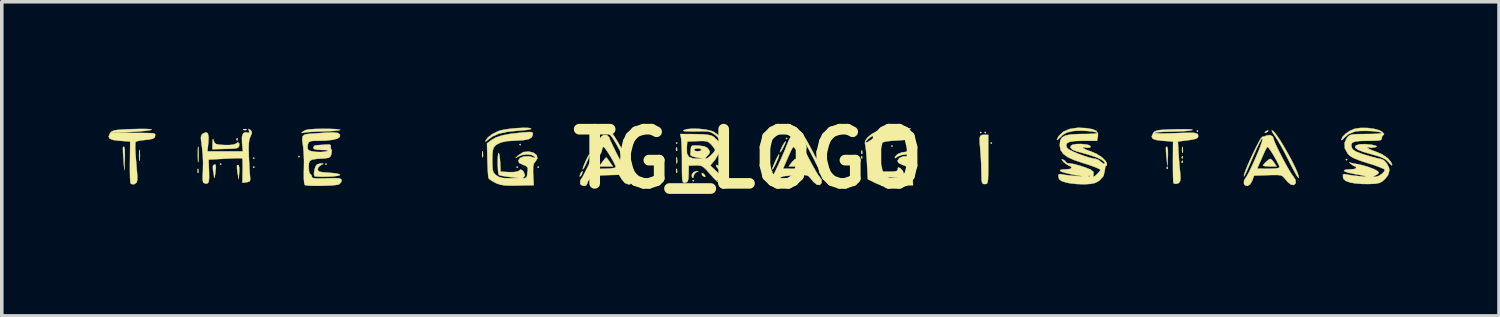
<source format=kicad_pcb>
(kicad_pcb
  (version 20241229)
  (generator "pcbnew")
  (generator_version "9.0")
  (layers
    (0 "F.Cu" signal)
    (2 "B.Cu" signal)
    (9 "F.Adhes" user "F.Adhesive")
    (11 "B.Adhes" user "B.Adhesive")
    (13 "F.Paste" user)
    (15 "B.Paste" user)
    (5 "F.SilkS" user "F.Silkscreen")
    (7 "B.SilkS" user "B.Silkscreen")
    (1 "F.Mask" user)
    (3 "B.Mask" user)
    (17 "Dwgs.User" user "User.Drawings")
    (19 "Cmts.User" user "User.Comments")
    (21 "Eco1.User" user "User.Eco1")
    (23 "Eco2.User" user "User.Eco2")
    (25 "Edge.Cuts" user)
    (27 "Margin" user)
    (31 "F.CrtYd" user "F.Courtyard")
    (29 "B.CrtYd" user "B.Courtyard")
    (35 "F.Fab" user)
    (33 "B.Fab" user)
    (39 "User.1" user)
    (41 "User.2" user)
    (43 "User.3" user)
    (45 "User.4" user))
  (footprint "TG_LOGO"
    (layer "F.Cu")
    (at 17.994 1.418)
    (property "Reference" "TG_LOGO" (at 0 0 0) (layer "F.SilkS") (effects (font (size 1.524 1.524) (thickness 0.3))))
    (attr through_hole)
    (fp_poly (pts (xy -14.817 0.148) (xy -14.838 0.169) (xy -14.859 0.148) (xy -14.838 0.127) (xy -14.817 0.148)) (stroke (width 0.01) (type solid)) (fill yes) (layer "F.SilkS"))
    (fp_poly (pts (xy -13.885 -0.021) (xy -13.906 0) (xy -13.928 -0.021) (xy -13.906 -0.042) (xy -13.885 -0.021)) (stroke (width 0.01) (type solid)) (fill yes) (layer "F.SilkS"))
    (fp_poly (pts (xy -13.885 0.233) (xy -13.906 0.254) (xy -13.928 0.233) (xy -13.906 0.212) (xy -13.885 0.233)) (stroke (width 0.01) (type solid)) (fill yes) (layer "F.SilkS"))
    (fp_poly (pts (xy -12.615 -0.064) (xy -12.636 -0.042) (xy -12.658 -0.064) (xy -12.636 -0.085) (xy -12.615 -0.064)) (stroke (width 0.01) (type solid)) (fill yes) (layer "F.SilkS"))
    (fp_poly (pts (xy -11.853 0.148) (xy -11.874 0.169) (xy -11.896 0.148) (xy -11.874 0.127) (xy -11.853 0.148)) (stroke (width 0.01) (type solid)) (fill yes) (layer "F.SilkS"))
    (fp_poly (pts (xy -6.477 0.233) (xy -6.498 0.254) (xy -6.519 0.233) (xy -6.498 0.212) (xy -6.477 0.233)) (stroke (width 0.01) (type solid)) (fill yes) (layer "F.SilkS"))
    (fp_poly (pts (xy -6.392 -0.402) (xy -6.413 -0.381) (xy -6.435 -0.402) (xy -6.413 -0.423) (xy -6.392 -0.402)) (stroke (width 0.01) (type solid)) (fill yes) (layer "F.SilkS"))
    (fp_poly (pts (xy -5.884 0.233) (xy -5.905 0.254) (xy -5.927 0.233) (xy -5.905 0.212) (xy -5.884 0.233)) (stroke (width 0.01) (type solid)) (fill yes) (layer "F.SilkS"))
    (fp_poly (pts (xy -4.233 -0.572) (xy -4.255 -0.55) (xy -4.276 -0.572) (xy -4.255 -0.593) (xy -4.233 -0.572)) (stroke (width 0.01) (type solid)) (fill yes) (layer "F.SilkS"))
    (fp_poly (pts (xy -1.99 -0.445) (xy -2.011 -0.423) (xy -2.032 -0.445) (xy -2.011 -0.466) (xy -1.99 -0.445)) (stroke (width 0.01) (type solid)) (fill yes) (layer "F.SilkS"))
    (fp_poly (pts (xy -1.524 0.614) (xy -1.545 0.635) (xy -1.566 0.614) (xy -1.545 0.593) (xy -1.524 0.614)) (stroke (width 0.01) (type solid)) (fill yes) (layer "F.SilkS"))
    (fp_poly (pts (xy 1.101 -0.572) (xy 1.079 -0.55) (xy 1.058 -0.572) (xy 1.079 -0.593) (xy 1.101 -0.572)) (stroke (width 0.01) (type solid)) (fill yes) (layer "F.SilkS"))
    (fp_poly (pts (xy 4.064 -0.36) (xy 4.043 -0.339) (xy 4.022 -0.36) (xy 4.043 -0.381) (xy 4.064 -0.36)) (stroke (width 0.01) (type solid)) (fill yes) (layer "F.SilkS"))
    (fp_poly (pts (xy 6.562 -0.741) (xy 6.54 -0.72) (xy 6.519 -0.741) (xy 6.54 -0.762) (xy 6.562 -0.741)) (stroke (width 0.01) (type solid)) (fill yes) (layer "F.SilkS"))
    (fp_poly (pts (xy 6.689 -0.741) (xy 6.668 -0.72) (xy 6.646 -0.741) (xy 6.668 -0.762) (xy 6.689 -0.741)) (stroke (width 0.01) (type solid)) (fill yes) (layer "F.SilkS"))
    (fp_poly (pts (xy 6.858 -0.445) (xy 6.837 -0.423) (xy 6.816 -0.445) (xy 6.837 -0.466) (xy 6.858 -0.445)) (stroke (width 0.01) (type solid)) (fill yes) (layer "F.SilkS"))
    (fp_poly (pts (xy 12.658 -0.783) (xy 12.636 -0.762) (xy 12.615 -0.783) (xy 12.636 -0.804) (xy 12.658 -0.783)) (stroke (width 0.01) (type solid)) (fill yes) (layer "F.SilkS"))
    (fp_poly (pts (xy 16.849 0.021) (xy 16.828 0.042) (xy 16.806 0.021) (xy 16.828 0) (xy 16.849 0.021)) (stroke (width 0.01) (type solid)) (fill yes) (layer "F.SilkS"))
    (fp_poly (pts (xy -15.466 0.286) (xy -15.46 0.372) (xy -15.466 0.392) (xy -15.481 0.397) (xy -15.487 0.339) (xy -15.481 0.279) (xy -15.466 0.286)) (stroke (width 0.01) (type solid)) (fill yes) (layer "F.SilkS"))
    (fp_poly (pts (xy -14.365 -0.579) (xy -14.36 -0.528) (xy -14.365 -0.522) (xy -14.39 -0.528) (xy -14.393 -0.55) (xy -14.378 -0.585) (xy -14.365 -0.579)) (stroke (width 0.01) (type solid)) (fill yes) (layer "F.SilkS"))
    (fp_poly (pts (xy -14.108 -0.83) (xy -14.121 -0.811) (xy -14.164 -0.808) (xy -14.209 -0.818) (xy -14.19 -0.833) (xy -14.123 -0.838) (xy -14.108 -0.83)) (stroke (width 0.01) (type solid)) (fill yes) (layer "F.SilkS"))
    (fp_poly (pts (xy -2.004 0.286) (xy -1.998 0.372) (xy -2.004 0.392) (xy -2.019 0.397) (xy -2.025 0.339) (xy -2.019 0.279) (xy -2.004 0.286)) (stroke (width 0.01) (type solid)) (fill yes) (layer "F.SilkS"))
    (fp_poly (pts (xy -2.003 -0.304) (xy -1.998 -0.238) (xy -2.006 -0.223) (xy -2.026 -0.236) (xy -2.029 -0.279) (xy -2.018 -0.324) (xy -2.003 -0.304)) (stroke (width 0.01) (type solid)) (fill yes) (layer "F.SilkS"))
    (fp_poly (pts (xy 3.203 -0.071) (xy 3.208 -0.02) (xy 3.203 -0.014) (xy 3.178 -0.02) (xy 3.175 -0.042) (xy 3.19 -0.077) (xy 3.203 -0.071)) (stroke (width 0.01) (type solid)) (fill yes) (layer "F.SilkS"))
    (fp_poly (pts (xy 3.204 -0.22) (xy 3.209 -0.153) (xy 3.201 -0.138) (xy 3.181 -0.151) (xy 3.178 -0.194) (xy 3.189 -0.239) (xy 3.204 -0.22)) (stroke (width 0.01) (type solid)) (fill yes) (layer "F.SilkS"))
    (fp_poly (pts (xy 11.797 0.226) (xy 11.802 0.276) (xy 11.797 0.282) (xy 11.772 0.276) (xy 11.769 0.254) (xy 11.784 0.219) (xy 11.797 0.226)) (stroke (width 0.01) (type solid)) (fill yes) (layer "F.SilkS"))
    (fp_poly (pts (xy 12.22 -0.071) (xy 12.225 -0.02) (xy 12.22 -0.014) (xy 12.195 -0.02) (xy 12.192 -0.042) (xy 12.207 -0.077) (xy 12.22 -0.071)) (stroke (width 0.01) (type solid)) (fill yes) (layer "F.SilkS"))
    (fp_poly (pts (xy 12.22 0.056) (xy 12.225 0.107) (xy 12.22 0.113) (xy 12.195 0.107) (xy 12.192 0.085) (xy 12.207 0.05) (xy 12.22 0.056)) (stroke (width 0.01) (type solid)) (fill yes) (layer "F.SilkS"))
    (fp_poly (pts (xy -1.229 0.443) (xy -1.201 0.497) (xy -1.22 0.508) (xy -1.282 0.477) (xy -1.293 0.463) (xy -1.309 0.408) (xy -1.276 0.403) (xy -1.229 0.443)) (stroke (width 0.01) (type solid)) (fill yes) (layer "F.SilkS"))
    (fp_poly (pts (xy 1.292 -0.796) (xy 1.28 -0.765) (xy 1.24 -0.744) (xy 1.191 -0.731) (xy 1.211 -0.762) (xy 1.216 -0.767) (xy 1.272 -0.801) (xy 1.292 -0.796)) (stroke (width 0.01) (type solid)) (fill yes) (layer "F.SilkS"))
    (fp_poly (pts (xy 14.627 -0.796) (xy 14.615 -0.765) (xy 14.575 -0.744) (xy 14.526 -0.731) (xy 14.546 -0.762) (xy 14.551 -0.767) (xy 14.607 -0.801) (xy 14.627 -0.796)) (stroke (width 0.01) (type solid)) (fill yes) (layer "F.SilkS"))
    (fp_poly (pts (xy -7.464 -0.201) (xy -7.457 -0.094) (xy -7.464 -0.053) (xy -7.476 -0.04) (xy -7.483 -0.098) (xy -7.483 -0.127) (xy -7.479 -0.204) (xy -7.468 -0.213) (xy -7.464 -0.201)) (stroke (width 0.01) (type solid)) (fill yes) (layer "F.SilkS"))
    (fp_poly (pts (xy -4.658 0.36) (xy -4.679 0.429) (xy -4.699 0.466) (xy -4.733 0.5) (xy -4.74 0.487) (xy -4.719 0.417) (xy -4.699 0.381) (xy -4.665 0.347) (xy -4.658 0.36)) (stroke (width 0.01) (type solid)) (fill yes) (layer "F.SilkS"))
    (fp_poly (pts (xy -2.003 -0.032) (xy -1.996 0.076) (xy -2.003 0.116) (xy -2.015 0.13) (xy -2.022 0.071) (xy -2.022 0.042) (xy -2.018 -0.035) (xy -2.007 -0.044) (xy -2.003 -0.032)) (stroke (width 0.01) (type solid)) (fill yes) (layer "F.SilkS"))
    (fp_poly (pts (xy 0.676 0.36) (xy 0.655 0.429) (xy 0.635 0.466) (xy 0.601 0.5) (xy 0.594 0.487) (xy 0.615 0.417) (xy 0.635 0.381) (xy 0.669 0.347) (xy 0.676 0.36)) (stroke (width 0.01) (type solid)) (fill yes) (layer "F.SilkS"))
    (fp_poly (pts (xy 12.221 -0.328) (xy 12.228 -0.221) (xy 12.221 -0.18) (xy 12.209 -0.167) (xy 12.202 -0.225) (xy 12.202 -0.254) (xy 12.206 -0.331) (xy 12.217 -0.34) (xy 12.221 -0.328)) (stroke (width 0.01) (type solid)) (fill yes) (layer "F.SilkS"))
    (fp_poly (pts (xy -17.114 -0.223) (xy -17.114 -0.221) (xy -17.107 -0.083) (xy -17.115 0.033) (xy -17.124 0.056) (xy -17.13 0.006) (xy -17.132 -0.106) (xy -17.129 -0.214) (xy -17.123 -0.256) (xy -17.114 -0.223)) (stroke (width 0.01) (type solid)) (fill yes) (layer "F.SilkS"))
    (fp_poly (pts (xy -14.315 0.241) (xy -14.316 0.38) (xy -14.317 0.387) (xy -14.33 0.572) (xy -14.363 0.386) (xy -14.378 0.269) (xy -14.379 0.191) (xy -14.374 0.178) (xy -14.335 0.171) (xy -14.315 0.241)) (stroke (width 0.01) (type solid)) (fill yes) (layer "F.SilkS"))
    (fp_poly (pts (xy -3.967 -0.012) (xy -3.909 0.064) (xy -3.895 0.085) (xy -3.804 0.212) (xy -4.194 0.212) (xy -4.1 0.085) (xy -4.036 0.003) (xy -3.999 -0.04) (xy -3.995 -0.042) (xy -3.967 -0.012)) (stroke (width 0.01) (type solid)) (fill yes) (layer "F.SilkS"))
    (fp_poly (pts (xy 11.803 -0.262) (xy 11.805 -0.112) (xy 11.803 -0.058) (xy 11.79 0.191) (xy 11.763 -0.064) (xy 11.752 -0.201) (xy 11.749 -0.3) (xy 11.753 -0.335) (xy 11.785 -0.338) (xy 11.803 -0.262)) (stroke (width 0.01) (type solid)) (fill yes) (layer "F.SilkS"))
    (fp_poly (pts (xy -17.535 -0.26) (xy -17.532 -0.1) (xy -17.535 0.005) (xy -17.547 0.318) (xy -17.572 0) (xy -17.582 -0.155) (xy -17.586 -0.273) (xy -17.584 -0.332) (xy -17.583 -0.335) (xy -17.552 -0.339) (xy -17.535 -0.26)) (stroke (width 0.01) (type solid)) (fill yes) (layer "F.SilkS"))
    (fp_poly (pts (xy 1.456 0.083) (xy 1.485 0.134) (xy 1.502 0.181) (xy 1.474 0.204) (xy 1.385 0.211) (xy 1.334 0.212) (xy 1.14 0.212) (xy 1.234 0.086) (xy 1.313 0.006) (xy 1.384 0.004) (xy 1.456 0.083)) (stroke (width 0.01) (type solid)) (fill yes) (layer "F.SilkS"))
    (fp_poly (pts (xy -15.463 -0.307) (xy -15.456 -0.138) (xy -15.462 0.035) (xy -15.463 0.053) (xy -15.47 0.095) (xy -15.475 0.061) (xy -15.479 -0.041) (xy -15.479 -0.127) (xy -15.478 -0.264) (xy -15.473 -0.338) (xy -15.467 -0.341) (xy -15.463 -0.307)) (stroke (width 0.01) (type solid)) (fill yes) (layer "F.SilkS"))
    (fp_poly (pts (xy -14.982 0.164) (xy -14.972 0.229) (xy -14.976 0.291) (xy -14.993 0.437) (xy -15.007 0.521) (xy -15.019 0.534) (xy -15.023 0.503) (xy -15.035 0.412) (xy -15.054 0.308) (xy -15.057 0.201) (xy -15.02 0.159) (xy -14.982 0.164)) (stroke (width 0.01) (type solid)) (fill yes) (layer "F.SilkS"))
    (fp_poly (pts (xy 14.732 0.032) (xy 14.792 0.106) (xy 14.861 0.212) (xy 14.669 0.212) (xy 14.555 0.207) (xy 14.487 0.197) (xy 14.478 0.191) (xy 14.507 0.142) (xy 14.574 0.075) (xy 14.645 0.018) (xy 14.685 0) (xy 14.732 0.032)) (stroke (width 0.01) (type solid)) (fill yes) (layer "F.SilkS"))
    (fp_poly (pts (xy -4.279 -0.487) (xy -4.298 -0.425) (xy -4.345 -0.325) (xy -4.36 -0.296) (xy -4.41 -0.214) (xy -4.439 -0.185) (xy -4.441 -0.191) (xy -4.423 -0.252) (xy -4.376 -0.352) (xy -4.36 -0.381) (xy -4.31 -0.463) (xy -4.282 -0.493) (xy -4.279 -0.487)) (stroke (width 0.01) (type solid)) (fill yes) (layer "F.SilkS"))
    (fp_poly (pts (xy -1.445 0.344) (xy -1.4 0.35) (xy -1.436 0.364) (xy -1.447 0.367) (xy -1.51 0.42) (xy -1.532 0.479) (xy -1.55 0.538) (xy -1.58 0.517) (xy -1.581 0.517) (xy -1.587 0.443) (xy -1.537 0.375) (xy -1.456 0.343) (xy -1.445 0.344)) (stroke (width 0.01) (type solid)) (fill yes) (layer "F.SilkS"))
    (fp_poly (pts (xy 1.055 -0.487) (xy 1.036 -0.425) (xy 0.989 -0.325) (xy 0.974 -0.296) (xy 0.924 -0.214) (xy 0.895 -0.185) (xy 0.893 -0.191) (xy 0.911 -0.252) (xy 0.958 -0.352) (xy 0.974 -0.381) (xy 1.024 -0.463) (xy 1.052 -0.493) (xy 1.055 -0.487)) (stroke (width 0.01) (type solid)) (fill yes) (layer "F.SilkS"))
    (fp_poly (pts (xy -4.467 -0.093) (xy -4.494 -0.008) (xy -4.506 0.021) (xy -4.564 0.151) (xy -4.614 0.248) (xy -4.647 0.295) (xy -4.655 0.289) (xy -4.641 0.232) (xy -4.602 0.134) (xy -4.553 0.023) (xy -4.505 -0.072) (xy -4.472 -0.124) (xy -4.467 -0.127) (xy -4.467 -0.093)) (stroke (width 0.01) (type solid)) (fill yes) (layer "F.SilkS"))
    (fp_poly (pts (xy 0.867 -0.093) (xy 0.84 -0.008) (xy 0.828 0.021) (xy 0.77 0.151) (xy 0.72 0.248) (xy 0.687 0.295) (xy 0.679 0.289) (xy 0.693 0.232) (xy 0.732 0.134) (xy 0.781 0.023) (xy 0.829 -0.072) (xy 0.862 -0.124) (xy 0.867 -0.127) (xy 0.867 -0.093)) (stroke (width 0.01) (type solid)) (fill yes) (layer "F.SilkS"))
    (fp_poly (pts (xy -0.828 0.203) (xy -0.748 0.285) (xy -0.705 0.342) (xy -0.636 0.448) (xy -0.603 0.515) (xy -0.609 0.534) (xy -0.655 0.493) (xy -0.674 0.472) (xy -0.743 0.393) (xy -0.832 0.295) (xy -0.84 0.286) (xy -0.903 0.205) (xy -0.898 0.171) (xy -0.886 0.17) (xy -0.828 0.203)) (stroke (width 0.01) (type solid)) (fill yes) (layer "F.SilkS"))
    (fp_poly (pts (xy -11.759 -0.843) (xy -11.606 -0.837) (xy -11.505 -0.826) (xy -11.473 -0.815) (xy -11.512 -0.801) (xy -11.619 -0.788) (xy -11.776 -0.778) (xy -11.928 -0.773) (xy -12.127 -0.767) (xy -12.304 -0.758) (xy -12.435 -0.747) (xy -12.488 -0.739) (xy -12.561 -0.724) (xy -12.557 -0.741) (xy -12.509 -0.779) (xy -12.446 -0.81) (xy -12.341 -0.83) (xy -12.181 -0.841) (xy -11.951 -0.845) (xy -11.949 -0.845) (xy -11.759 -0.843)) (stroke (width 0.01) (type solid)) (fill yes) (layer "F.SilkS"))
    (fp_poly (pts (xy -15.034 -0.51) (xy -15.033 -0.508) (xy -15.009 -0.45) (xy -14.965 -0.416) (xy -14.877 -0.399) (xy -14.735 -0.389) (xy -14.585 -0.389) (xy -14.471 -0.402) (xy -14.421 -0.421) (xy -14.352 -0.464) (xy -14.316 -0.433) (xy -14.316 -0.377) (xy -14.33 -0.334) (xy -14.365 -0.307) (xy -14.439 -0.291) (xy -14.57 -0.283) (xy -14.7 -0.28) (xy -15.071 -0.271) (xy -15.066 -0.443) (xy -15.062 -0.541) (xy -15.052 -0.561) (xy -15.034 -0.51)) (stroke (width 0.01) (type solid)) (fill yes) (layer "F.SilkS"))
    (fp_poly (pts (xy -6.2 -0.872) (xy -6.114 -0.859) (xy -6.104 -0.855) (xy -6.116 -0.835) (xy -6.205 -0.816) (xy -6.367 -0.799) (xy -6.471 -0.792) (xy -6.776 -0.761) (xy -7.012 -0.709) (xy -7.193 -0.63) (xy -7.315 -0.539) (xy -7.379 -0.487) (xy -7.391 -0.502) (xy -7.387 -0.513) (xy -7.319 -0.604) (xy -7.196 -0.697) (xy -7.043 -0.774) (xy -6.985 -0.795) (xy -6.859 -0.823) (xy -6.694 -0.847) (xy -6.514 -0.864) (xy -6.341 -0.873) (xy -6.2 -0.872)) (stroke (width 0.01) (type solid)) (fill yes) (layer "F.SilkS"))
    (fp_poly (pts (xy 6.752 -0.677) (xy 6.752 0.016) (xy 6.752 0.272) (xy 6.75 0.456) (xy 6.745 0.579) (xy 6.734 0.654) (xy 6.717 0.693) (xy 6.692 0.707) (xy 6.657 0.709) (xy 6.61 0.704) (xy 6.581 0.677) (xy 6.567 0.612) (xy 6.561 0.492) (xy 6.559 0.365) (xy 6.553 0.148) (xy 6.541 -0.087) (xy 6.526 -0.282) (xy 6.51 -0.466) (xy 6.509 -0.582) (xy 6.528 -0.646) (xy 6.572 -0.672) (xy 6.639 -0.677) (xy 6.752 -0.677)) (stroke (width 0.01) (type solid)) (fill yes) (layer "F.SilkS"))
    (fp_poly (pts (xy 14.782 -0.769) (xy 14.86 -0.671) (xy 14.958 -0.527) (xy 15.066 -0.351) (xy 15.177 -0.157) (xy 15.283 0.038) (xy 15.374 0.221) (xy 15.444 0.376) (xy 15.482 0.489) (xy 15.486 0.535) (xy 15.464 0.523) (xy 15.413 0.447) (xy 15.34 0.317) (xy 15.251 0.146) (xy 15.219 0.08) (xy 15.112 -0.13) (xy 15.005 -0.33) (xy 14.908 -0.499) (xy 14.834 -0.614) (xy 14.828 -0.622) (xy 14.759 -0.722) (xy 14.727 -0.788) (xy 14.732 -0.804) (xy 14.782 -0.769)) (stroke (width 0.01) (type solid)) (fill yes) (layer "F.SilkS"))
    (fp_poly (pts (xy 1.487 -0.749) (xy 1.514 -0.72) (xy 1.566 -0.648) (xy 1.641 -0.522) (xy 1.732 -0.358) (xy 1.83 -0.172) (xy 1.928 0.021) (xy 2.017 0.205) (xy 2.09 0.363) (xy 2.138 0.481) (xy 2.154 0.542) (xy 2.154 0.544) (xy 2.13 0.528) (xy 2.078 0.447) (xy 2.003 0.314) (xy 1.914 0.14) (xy 1.883 0.078) (xy 1.777 -0.132) (xy 1.669 -0.332) (xy 1.572 -0.5) (xy 1.498 -0.614) (xy 1.493 -0.622) (xy 1.42 -0.731) (xy 1.397 -0.794) (xy 1.419 -0.803) (xy 1.487 -0.749)) (stroke (width 0.01) (type solid)) (fill yes) (layer "F.SilkS"))
    (fp_poly (pts (xy -11.947 0.135) (xy -11.968 0.152) (xy -12.012 0.171) (xy -12.086 0.23) (xy -12.107 0.29) (xy -12.097 0.334) (xy -12.054 0.361) (xy -11.961 0.377) (xy -11.812 0.388) (xy -11.618 0.405) (xy -11.506 0.428) (xy -11.478 0.452) (xy -11.533 0.475) (xy -11.672 0.493) (xy -11.803 0.5) (xy -11.973 0.503) (xy -12.108 0.5) (xy -12.189 0.49) (xy -12.201 0.485) (xy -12.215 0.423) (xy -12.203 0.322) (xy -12.173 0.221) (xy -12.133 0.16) (xy -12.132 0.159) (xy -12.053 0.134) (xy -12.002 0.13) (xy -11.947 0.135)) (stroke (width 0.01) (type solid)) (fill yes) (layer "F.SilkS"))
    (fp_poly (pts (xy -1.38 -0.844) (xy -1.197 -0.824) (xy -1.04 -0.788) (xy -0.973 -0.762) (xy -0.853 -0.677) (xy -0.754 -0.566) (xy -0.694 -0.453) (xy -0.689 -0.368) (xy -0.709 -0.366) (xy -0.734 -0.431) (xy -0.734 -0.432) (xy -0.785 -0.528) (xy -0.879 -0.632) (xy -0.918 -0.665) (xy -0.995 -0.72) (xy -1.067 -0.754) (xy -1.154 -0.771) (xy -1.281 -0.776) (xy -1.468 -0.773) (xy -1.479 -0.773) (xy -1.677 -0.771) (xy -1.794 -0.779) (xy -1.829 -0.795) (xy -1.82 -0.804) (xy -1.719 -0.836) (xy -1.564 -0.849) (xy -1.38 -0.844)) (stroke (width 0.01) (type solid)) (fill yes) (layer "F.SilkS"))
    (fp_poly (pts (xy -3.959 -0.792) (xy -3.856 -0.741) (xy -3.82 -0.709) (xy -3.763 -0.631) (xy -3.682 -0.499) (xy -3.587 -0.331) (xy -3.487 -0.143) (xy -3.388 0.049) (xy -3.3 0.23) (xy -3.232 0.382) (xy -3.19 0.49) (xy -3.182 0.532) (xy -3.205 0.522) (xy -3.256 0.446) (xy -3.329 0.317) (xy -3.418 0.146) (xy -3.45 0.082) (xy -3.597 -0.21) (xy -3.716 -0.43) (xy -3.814 -0.587) (xy -3.896 -0.689) (xy -3.967 -0.741) (xy -4.033 -0.753) (xy -4.045 -0.751) (xy -4.113 -0.749) (xy -4.124 -0.768) (xy -4.058 -0.803) (xy -3.959 -0.792)) (stroke (width 0.01) (type solid)) (fill yes) (layer "F.SilkS"))
    (fp_poly (pts (xy 17.53 -0.397) (xy 17.59 -0.385) (xy 17.669 -0.363) (xy 17.674 -0.344) (xy 17.636 -0.326) (xy 17.53 -0.312) (xy 17.467 -0.321) (xy 17.409 -0.33) (xy 17.42 -0.306) (xy 17.485 -0.268) (xy 17.595 -0.223) (xy 17.632 -0.211) (xy 17.831 -0.127) (xy 17.99 -0.017) (xy 18.08 0.091) (xy 18.113 0.169) (xy 18.099 0.182) (xy 18.042 0.13) (xy 18.005 0.086) (xy 17.932 0.019) (xy 17.823 -0.038) (xy 17.66 -0.093) (xy 17.539 -0.127) (xy 17.302 -0.195) (xy 17.148 -0.257) (xy 17.074 -0.312) (xy 17.079 -0.362) (xy 17.103 -0.382) (xy 17.202 -0.41) (xy 17.354 -0.415) (xy 17.53 -0.397)) (stroke (width 0.01) (type solid)) (fill yes) (layer "F.SilkS"))
    (fp_poly (pts (xy -16.932 -0.841) (xy -16.82 -0.835) (xy -16.777 -0.823) (xy -16.778 -0.82) (xy -16.831 -0.805) (xy -16.952 -0.788) (xy -17.124 -0.772) (xy -17.33 -0.759) (xy -17.371 -0.757) (xy -17.928 -0.73) (xy -17.357 -0.729) (xy -17.103 -0.729) (xy -16.922 -0.727) (xy -16.802 -0.724) (xy -16.729 -0.718) (xy -16.693 -0.707) (xy -16.68 -0.69) (xy -16.679 -0.667) (xy -16.679 -0.659) (xy -16.692 -0.603) (xy -16.743 -0.567) (xy -16.847 -0.544) (xy -16.979 -0.53) (xy -17.11 -0.514) (xy -17.203 -0.492) (xy -17.23 -0.478) (xy -17.239 -0.424) (xy -17.24 -0.306) (xy -17.233 -0.144) (xy -17.225 -0.042) (xy -17.209 0.149) (xy -17.195 0.323) (xy -17.184 0.451) (xy -17.181 0.487) (xy -17.183 0.596) (xy -17.202 0.667) (xy -17.267 0.714) (xy -17.343 0.71) (xy -17.373 0.684) (xy -17.381 0.631) (xy -17.387 0.51) (xy -17.39 0.338) (xy -17.39 0.131) (xy -17.389 0.081) (xy -17.383 -0.487) (xy -17.677 -0.508) (xy -17.856 -0.53) (xy -17.958 -0.567) (xy -17.989 -0.625) (xy -17.955 -0.709) (xy -17.936 -0.738) (xy -17.902 -0.771) (xy -17.847 -0.795) (xy -17.758 -0.812) (xy -17.618 -0.824) (xy -17.414 -0.834) (xy -17.31 -0.837) (xy -17.099 -0.842) (xy -16.932 -0.841)) (stroke (width 0.01) (type solid)) (fill yes) (layer "F.SilkS"))
    (fp_poly (pts (xy 12.412 -0.831) (xy 12.492 -0.823) (xy 12.493 -0.809) (xy 12.488 -0.807) (xy 12.404 -0.792) (xy 12.257 -0.779) (xy 12.07 -0.77) (xy 11.906 -0.766) (xy 11.717 -0.762) (xy 11.563 -0.753) (xy 11.462 -0.742) (xy 11.43 -0.73) (xy 11.47 -0.72) (xy 11.578 -0.715) (xy 11.74 -0.715) (xy 11.94 -0.72) (xy 11.991 -0.722) (xy 12.242 -0.731) (xy 12.421 -0.735) (xy 12.54 -0.731) (xy 12.61 -0.717) (xy 12.645 -0.693) (xy 12.657 -0.656) (xy 12.658 -0.635) (xy 12.642 -0.592) (xy 12.584 -0.562) (xy 12.467 -0.537) (xy 12.372 -0.524) (xy 12.086 -0.487) (xy 12.101 -0.212) (xy 12.114 -0.011) (xy 12.132 0.213) (xy 12.146 0.352) (xy 12.159 0.52) (xy 12.15 0.622) (xy 12.115 0.677) (xy 12.046 0.702) (xy 12.033 0.704) (xy 11.971 0.692) (xy 11.962 0.682) (xy 11.955 0.63) (xy 11.95 0.511) (xy 11.947 0.34) (xy 11.946 0.134) (xy 11.946 0.082) (xy 11.949 -0.487) (xy 11.658 -0.508) (xy 11.479 -0.53) (xy 11.378 -0.567) (xy 11.348 -0.626) (xy 11.383 -0.711) (xy 11.401 -0.738) (xy 11.434 -0.771) (xy 11.487 -0.794) (xy 11.574 -0.81) (xy 11.71 -0.821) (xy 11.908 -0.828) (xy 12.027 -0.831) (xy 12.256 -0.834) (xy 12.412 -0.831)) (stroke (width 0.01) (type solid)) (fill yes) (layer "F.SilkS"))
    (fp_poly (pts (xy -14.022 -0.828) (xy -14.003 -0.813) (xy -13.962 -0.767) (xy -13.964 -0.711) (xy -14 -0.629) (xy -14.029 -0.551) (xy -14.045 -0.448) (xy -14.051 -0.302) (xy -14.045 -0.095) (xy -14.042 -0.007) (xy -14.031 0.196) (xy -14.021 0.373) (xy -14.011 0.504) (xy -14.005 0.566) (xy -14.017 0.628) (xy -14.095 0.657) (xy -14.109 0.658) (xy -14.227 0.672) (xy -14.22 0.335) (xy -14.219 0.175) (xy -14.221 0.053) (xy -14.227 -0.011) (xy -14.229 -0.016) (xy -14.275 -0.019) (xy -14.388 -0.018) (xy -14.55 -0.012) (xy -14.711 -0.004) (xy -15.177 0.021) (xy -15.165 0.346) (xy -15.162 0.524) (xy -15.171 0.632) (xy -15.198 0.685) (xy -15.248 0.696) (xy -15.288 0.689) (xy -15.322 0.67) (xy -15.34 0.621) (xy -15.345 0.525) (xy -15.338 0.364) (xy -15.336 0.326) (xy -15.332 0.106) (xy -15.342 -0.134) (xy -15.364 -0.338) (xy -15.387 -0.502) (xy -15.394 -0.604) (xy -15.382 -0.663) (xy -15.35 -0.7) (xy -15.344 -0.705) (xy -15.253 -0.748) (xy -15.198 -0.717) (xy -15.176 -0.61) (xy -15.184 -0.462) (xy -15.21 -0.212) (xy -14.711 -0.212) (xy -14.212 -0.212) (xy -14.236 -0.442) (xy -14.239 -0.619) (xy -14.203 -0.721) (xy -14.128 -0.749) (xy -14.081 -0.737) (xy -14.032 -0.732) (xy -14.039 -0.785) (xy -14.041 -0.789) (xy -14.055 -0.842) (xy -14.022 -0.828)) (stroke (width 0.01) (type solid)) (fill yes) (layer "F.SilkS"))
    (fp_poly (pts (xy -3.972 -0.666) (xy -3.913 -0.609) (xy -3.911 -0.603) (xy -3.873 -0.508) (xy -3.806 -0.365) (xy -3.721 -0.191) (xy -3.625 -0.006) (xy -3.529 0.173) (xy -3.442 0.329) (xy -3.374 0.443) (xy -3.335 0.495) (xy -3.269 0.586) (xy -3.265 0.667) (xy -3.321 0.714) (xy -3.361 0.72) (xy -3.468 0.679) (xy -3.549 0.584) (xy -3.635 0.448) (xy -4.008 0.459) (xy -4.196 0.467) (xy -4.318 0.482) (xy -4.395 0.507) (xy -4.447 0.547) (xy -4.456 0.557) (xy -4.512 0.643) (xy -4.53 0.703) (xy -4.561 0.75) (xy -4.63 0.76) (xy -4.7 0.733) (xy -4.726 0.698) (xy -4.723 0.613) (xy -4.703 0.576) (xy -4.654 0.499) (xy -4.583 0.364) (xy -4.542 0.281) (xy -4.355 0.281) (xy -4.04 0.278) (xy -3.864 0.27) (xy -3.756 0.252) (xy -3.725 0.229) (xy -3.746 0.167) (xy -3.799 0.063) (xy -3.87 -0.061) (xy -3.947 -0.183) (xy -4.015 -0.282) (xy -4.062 -0.335) (xy -4.07 -0.339) (xy -4.102 -0.304) (xy -4.106 -0.274) (xy -4.128 -0.19) (xy -4.168 -0.115) (xy -4.226 -0.011) (xy -4.287 0.117) (xy -4.292 0.13) (xy -4.355 0.281) (xy -4.542 0.281) (xy -4.498 0.191) (xy -4.41 -0.002) (xy -4.326 -0.194) (xy -4.276 -0.318) (xy -4.218 -0.458) (xy -4.167 -0.571) (xy -4.137 -0.624) (xy -4.06 -0.672) (xy -3.972 -0.666)) (stroke (width 0.01) (type solid)) (fill yes) (layer "F.SilkS"))
    (fp_poly (pts (xy 1.361 -0.666) (xy 1.419 -0.611) (xy 1.422 -0.603) (xy 1.458 -0.512) (xy 1.523 -0.371) (xy 1.608 -0.2) (xy 1.704 -0.015) (xy 1.8 0.165) (xy 1.888 0.322) (xy 1.958 0.439) (xy 2 0.496) (xy 2.062 0.587) (xy 2.066 0.676) (xy 2.011 0.735) (xy 2.01 0.735) (xy 1.932 0.726) (xy 1.832 0.644) (xy 1.736 0.527) (xy 1.698 0.486) (xy 1.646 0.463) (xy 1.562 0.454) (xy 1.425 0.457) (xy 1.291 0.464) (xy 1.11 0.476) (xy 0.995 0.489) (xy 0.927 0.512) (xy 0.886 0.55) (xy 0.853 0.61) (xy 0.847 0.624) (xy 0.778 0.721) (xy 0.699 0.76) (xy 0.631 0.736) (xy 0.607 0.697) (xy 0.613 0.616) (xy 0.646 0.559) (xy 0.688 0.491) (xy 0.755 0.362) (xy 0.797 0.275) (xy 0.981 0.275) (xy 1.295 0.278) (xy 1.48 0.273) (xy 1.584 0.255) (xy 1.609 0.231) (xy 1.589 0.173) (xy 1.538 0.071) (xy 1.469 -0.052) (xy 1.395 -0.176) (xy 1.328 -0.277) (xy 1.283 -0.333) (xy 1.274 -0.338) (xy 1.244 -0.303) (xy 1.196 -0.214) (xy 1.171 -0.158) (xy 1.109 -0.016) (xy 1.05 0.118) (xy 1.037 0.148) (xy 0.981 0.275) (xy 0.797 0.275) (xy 0.836 0.192) (xy 0.924 -0.001) (xy 1.01 -0.199) (xy 1.085 -0.384) (xy 1.101 -0.423) (xy 1.149 -0.536) (xy 1.193 -0.618) (xy 1.198 -0.624) (xy 1.274 -0.672) (xy 1.361 -0.666)) (stroke (width 0.01) (type solid)) (fill yes) (layer "F.SilkS"))
    (fp_poly (pts (xy 14.751 -0.632) (xy 14.774 -0.572) (xy 14.794 -0.506) (xy 14.847 -0.384) (xy 14.923 -0.226) (xy 15.014 -0.049) (xy 15.109 0.13) (xy 15.2 0.291) (xy 15.277 0.418) (xy 15.329 0.49) (xy 15.397 0.596) (xy 15.4 0.684) (xy 15.345 0.735) (xy 15.269 0.727) (xy 15.171 0.648) (xy 15.071 0.528) (xy 15.032 0.488) (xy 14.977 0.464) (xy 14.887 0.454) (xy 14.743 0.454) (xy 14.617 0.458) (xy 14.227 0.472) (xy 14.175 0.617) (xy 14.115 0.718) (xy 14.041 0.763) (xy 13.973 0.745) (xy 13.943 0.698) (xy 13.946 0.613) (xy 13.966 0.576) (xy 14.019 0.495) (xy 14.09 0.363) (xy 14.132 0.275) (xy 14.316 0.275) (xy 14.63 0.278) (xy 14.815 0.273) (xy 14.919 0.255) (xy 14.944 0.231) (xy 14.924 0.173) (xy 14.873 0.071) (xy 14.804 -0.052) (xy 14.73 -0.176) (xy 14.663 -0.277) (xy 14.618 -0.333) (xy 14.609 -0.338) (xy 14.579 -0.303) (xy 14.531 -0.214) (xy 14.506 -0.158) (xy 14.444 -0.016) (xy 14.385 0.118) (xy 14.372 0.148) (xy 14.316 0.275) (xy 14.132 0.275) (xy 14.17 0.197) (xy 14.253 0.014) (xy 14.332 -0.17) (xy 14.399 -0.337) (xy 14.447 -0.471) (xy 14.469 -0.556) (xy 14.467 -0.576) (xy 14.437 -0.551) (xy 14.38 -0.45) (xy 14.295 -0.273) (xy 14.184 -0.024) (xy 14.087 0.202) (xy 14.025 0.344) (xy 13.975 0.446) (xy 13.945 0.493) (xy 13.942 0.494) (xy 13.947 0.446) (xy 13.983 0.339) (xy 14.043 0.192) (xy 14.118 0.02) (xy 14.202 -0.16) (xy 14.285 -0.33) (xy 14.36 -0.474) (xy 14.42 -0.576) (xy 14.456 -0.617) (xy 14.457 -0.617) (xy 14.529 -0.636) (xy 14.573 -0.654) (xy 14.675 -0.669) (xy 14.751 -0.632)) (stroke (width 0.01) (type solid)) (fill yes) (layer "F.SilkS"))
    (fp_poly (pts (xy -11.546 -0.729) (xy -11.482 -0.686) (xy -11.484 -0.624) (xy -11.547 -0.572) (xy -11.688 -0.535) (xy -11.9 -0.513) (xy -12.096 -0.508) (xy -12.241 -0.506) (xy -12.324 -0.492) (xy -12.365 -0.461) (xy -12.386 -0.402) (xy -12.387 -0.399) (xy -12.394 -0.304) (xy -12.375 -0.251) (xy -12.3 -0.218) (xy -12.174 -0.197) (xy -12.029 -0.192) (xy -11.898 -0.203) (xy -11.863 -0.212) (xy -11.813 -0.231) (xy -11.83 -0.243) (xy -11.919 -0.249) (xy -11.991 -0.25) (xy -12.136 -0.258) (xy -12.211 -0.278) (xy -12.234 -0.316) (xy -12.234 -0.318) (xy -12.198 -0.37) (xy -12.139 -0.384) (xy -12.032 -0.39) (xy -11.898 -0.4) (xy -11.882 -0.401) (xy -11.777 -0.403) (xy -11.739 -0.381) (xy -11.743 -0.357) (xy -11.742 -0.292) (xy -11.728 -0.276) (xy -11.711 -0.224) (xy -11.722 -0.137) (xy -11.75 -0.067) (xy -11.801 -0.03) (xy -11.901 -0.014) (xy -11.962 -0.01) (xy -12.148 0.002) (xy -12.265 0.022) (xy -12.329 0.059) (xy -12.356 0.123) (xy -12.361 0.223) (xy -12.361 0.234) (xy -12.353 0.347) (xy -12.332 0.415) (xy -12.319 0.423) (xy -12.282 0.458) (xy -12.277 0.491) (xy -12.265 0.525) (xy -12.219 0.544) (xy -12.122 0.551) (xy -11.96 0.55) (xy -11.927 0.549) (xy -11.755 0.545) (xy -11.61 0.543) (xy -11.517 0.544) (xy -11.504 0.545) (xy -11.442 0.577) (xy -11.438 0.64) (xy -11.492 0.706) (xy -11.512 0.718) (xy -11.583 0.734) (xy -11.715 0.747) (xy -11.885 0.755) (xy -12.068 0.759) (xy -12.242 0.758) (xy -12.382 0.751) (xy -12.464 0.739) (xy -12.468 0.737) (xy -12.488 0.686) (xy -12.498 0.56) (xy -12.498 0.368) (xy -12.496 0.285) (xy -12.493 0.071) (xy -12.5 -0.141) (xy -12.514 -0.317) (xy -12.523 -0.381) (xy -12.545 -0.541) (xy -12.531 -0.637) (xy -12.472 -0.685) (xy -12.359 -0.703) (xy -12.349 -0.704) (xy -12.239 -0.711) (xy -12.078 -0.722) (xy -11.901 -0.736) (xy -11.896 -0.737) (xy -11.682 -0.745) (xy -11.546 -0.729)) (stroke (width 0.01) (type solid)) (fill yes) (layer "F.SilkS"))
    (fp_poly (pts (xy -1.495 -0.696) (xy -1.278 -0.691) (xy -1.126 -0.676) (xy -1.023 -0.649) (xy -0.97 -0.621) (xy -0.842 -0.496) (xy -0.791 -0.343) (xy -0.819 -0.171) (xy -0.924 0.014) (xy -0.954 0.052) (xy -1.067 0.187) (xy -0.872 0.371) (xy -0.739 0.512) (xy -0.681 0.615) (xy -0.695 0.681) (xy -0.709 0.691) (xy -0.772 0.693) (xy -0.809 0.683) (xy -0.871 0.638) (xy -0.896 0.614) (xy -0.889 0.614) (xy -0.868 0.635) (xy -0.847 0.614) (xy -0.868 0.593) (xy -0.889 0.614) (xy -0.896 0.614) (xy -0.964 0.548) (xy -1.058 0.445) (xy -1.173 0.313) (xy -1.256 0.234) (xy -1.328 0.194) (xy -1.41 0.182) (xy -1.503 0.184) (xy -1.672 0.191) (xy -1.676 0.423) (xy -1.682 0.559) (xy -1.701 0.632) (xy -1.74 0.663) (xy -1.771 0.67) (xy -1.808 0.672) (xy -1.833 0.658) (xy -1.849 0.614) (xy -1.858 0.528) (xy -1.862 0.386) (xy -1.863 0.176) (xy -1.863 0.114) (xy -1.864 -0.108) (xy -1.869 -0.308) (xy -1.727 -0.308) (xy -1.721 -0.149) (xy -1.666 -0.055) (xy -1.552 -0.013) (xy -1.439 -0.008) (xy -1.249 -0.013) (xy -1.439 -0.038) (xy -1.561 -0.065) (xy -1.622 -0.103) (xy -1.626 -0.116) (xy -1.62 -0.198) (xy -1.616 -0.254) (xy -1.524 -0.254) (xy -1.488 -0.222) (xy -1.418 -0.212) (xy -1.339 -0.226) (xy -1.312 -0.254) (xy -1.349 -0.286) (xy -1.418 -0.296) (xy -1.498 -0.282) (xy -1.524 -0.254) (xy -1.616 -0.254) (xy -1.615 -0.277) (xy -1.605 -0.34) (xy -1.572 -0.371) (xy -1.492 -0.377) (xy -1.391 -0.373) (xy -1.244 -0.354) (xy -1.155 -0.315) (xy -1.114 -0.269) (xy -1.078 -0.197) (xy -1.098 -0.141) (xy -1.148 -0.089) (xy -1.199 -0.028) (xy -1.195 -0.000288) (xy -1.191 0) (xy -1.132 -0.029) (xy -1.051 -0.098) (xy -0.975 -0.178) (xy -0.933 -0.244) (xy -0.931 -0.254) (xy -0.958 -0.302) (xy -1.022 -0.382) (xy -1.037 -0.398) (xy -1.101 -0.459) (xy -1.167 -0.492) (xy -1.263 -0.503) (xy -1.414 -0.5) (xy -1.429 -0.499) (xy -1.714 -0.487) (xy -1.727 -0.308) (xy -1.869 -0.308) (xy -1.869 -0.309) (xy -1.877 -0.469) (xy -1.885 -0.568) (xy -1.887 -0.577) (xy -1.911 -0.699) (xy -1.495 -0.696)) (stroke (width 0.01) (type solid)) (fill yes) (layer "F.SilkS"))
    (fp_poly (pts (xy -6.066 -0.74) (xy -6.057 -0.705) (xy -6.061 -0.67) (xy -6.093 -0.601) (xy -6.172 -0.555) (xy -6.311 -0.527) (xy -6.522 -0.514) (xy -6.546 -0.513) (xy -6.784 -0.498) (xy -6.955 -0.462) (xy -7.075 -0.402) (xy -7.109 -0.375) (xy -7.155 -0.32) (xy -7.181 -0.245) (xy -7.194 -0.129) (xy -7.197 0.041) (xy -7.194 0.211) (xy -7.184 0.319) (xy -7.159 0.388) (xy -7.114 0.439) (xy -7.085 0.463) (xy -6.995 0.516) (xy -6.881 0.541) (xy -6.715 0.545) (xy -6.456 0.539) (xy -6.721 0.509) (xy -6.864 0.489) (xy -6.97 0.467) (xy -7.014 0.451) (xy -7.029 0.398) (xy -7.039 0.292) (xy -7.044 0.157) (xy -7.044 0.02) (xy -7.038 -0.095) (xy -7.026 -0.162) (xy -7.019 -0.169) (xy -7.002 -0.131) (xy -6.986 -0.03) (xy -6.976 0.095) (xy -6.964 0.36) (xy -6.736 0.373) (xy -6.599 0.372) (xy -6.497 0.357) (xy -6.462 0.341) (xy -6.395 0.3) (xy -6.337 0.334) (xy -6.305 0.386) (xy -6.278 0.464) (xy -6.312 0.512) (xy -6.314 0.513) (xy -6.344 0.542) (xy -6.297 0.55) (xy -6.233 0.516) (xy -6.22 0.476) (xy -6.209 0.372) (xy -6.199 0.31) (xy -6.204 0.242) (xy -6.262 0.195) (xy -6.332 0.168) (xy -6.441 0.115) (xy -6.469 0.052) (xy -6.468 0.05) (xy -6.416 -0.024) (xy -6.31 -0.068) (xy -6.179 -0.074) (xy -6.091 -0.054) (xy -6.009 -0.026) (xy -5.991 -0.034) (xy -6.013 -0.066) (xy -6.098 -0.112) (xy -6.228 -0.125) (xy -6.368 -0.106) (xy -6.478 -0.06) (xy -6.537 -0.024) (xy -6.537 -0.033) (xy -6.475 -0.092) (xy -6.464 -0.102) (xy -6.321 -0.192) (xy -6.163 -0.205) (xy -6.035 -0.17) (xy -5.948 -0.103) (xy -5.931 -0.009) (xy -5.99 0.085) (xy -5.994 0.088) (xy -6.031 0.139) (xy -6.048 0.227) (xy -6.05 0.372) (xy -6.047 0.442) (xy -6.032 0.741) (xy -6.477 0.751) (xy -6.696 0.753) (xy -6.853 0.746) (xy -6.972 0.726) (xy -7.075 0.691) (xy -7.102 0.679) (xy -7.214 0.618) (xy -7.29 0.561) (xy -7.304 0.541) (xy -7.314 0.478) (xy -7.323 0.35) (xy -7.331 0.178) (xy -7.336 0.026) (xy -7.347 -0.434) (xy -7.217 -0.533) (xy -7.093 -0.604) (xy -6.921 -0.66) (xy -6.691 -0.704) (xy -6.389 -0.738) (xy -6.357 -0.741) (xy -6.199 -0.754) (xy -6.107 -0.754) (xy -6.066 -0.74)) (stroke (width 0.01) (type solid)) (fill yes) (layer "F.SilkS"))
    (fp_poly (pts (xy 17.419 -0.869) (xy 17.608 -0.844) (xy 17.764 -0.799) (xy 17.835 -0.758) (xy 17.885 -0.703) (xy 17.877 -0.679) (xy 17.875 -0.679) (xy 17.832 -0.642) (xy 17.822 -0.593) (xy 17.816 -0.553) (xy 17.787 -0.528) (xy 17.72 -0.515) (xy 17.598 -0.509) (xy 17.425 -0.508) (xy 17.208 -0.503) (xy 17.064 -0.485) (xy 16.985 -0.449) (xy 16.96 -0.392) (xy 16.978 -0.309) (xy 17.019 -0.253) (xy 17.105 -0.201) (xy 17.251 -0.145) (xy 17.367 -0.108) (xy 17.535 -0.059) (xy 17.676 -0.022) (xy 17.768 -0.002) (xy 17.785 0) (xy 17.877 0.037) (xy 17.963 0.128) (xy 18.021 0.245) (xy 18.034 0.323) (xy 17.996 0.461) (xy 17.904 0.574) (xy 17.83 0.638) (xy 17.754 0.677) (xy 17.653 0.697) (xy 17.499 0.706) (xy 17.449 0.708) (xy 17.26 0.705) (xy 17.075 0.69) (xy 16.934 0.666) (xy 16.933 0.665) (xy 16.808 0.622) (xy 16.747 0.569) (xy 16.729 0.513) (xy 16.728 0.444) (xy 16.769 0.427) (xy 16.834 0.439) (xy 16.927 0.456) (xy 17.048 0.472) (xy 17.176 0.486) (xy 17.289 0.496) (xy 17.365 0.499) (xy 17.38 0.493) (xy 17.378 0.492) (xy 17.318 0.476) (xy 17.199 0.452) (xy 17.045 0.424) (xy 17.03 0.421) (xy 16.867 0.386) (xy 16.774 0.352) (xy 16.756 0.323) (xy 16.814 0.303) (xy 16.936 0.296) (xy 17.041 0.287) (xy 17.099 0.263) (xy 17.103 0.254) (xy 17.076 0.213) (xy 17.068 0.212) (xy 17.012 0.188) (xy 16.952 0.145) (xy 16.906 0.103) (xy 16.912 0.099) (xy 16.98 0.119) (xy 17.089 0.141) (xy 17.103 0.143) (xy 17.285 0.181) (xy 17.458 0.233) (xy 17.604 0.29) (xy 17.704 0.345) (xy 17.738 0.389) (xy 17.703 0.431) (xy 17.642 0.464) (xy 17.577 0.493) (xy 17.589 0.503) (xy 17.636 0.505) (xy 17.727 0.482) (xy 17.823 0.422) (xy 17.892 0.35) (xy 17.907 0.308) (xy 17.869 0.28) (xy 17.765 0.235) (xy 17.613 0.18) (xy 17.437 0.124) (xy 17.212 0.052) (xy 17.054 -0.01) (xy 16.947 -0.068) (xy 16.875 -0.129) (xy 16.866 -0.139) (xy 16.781 -0.294) (xy 16.775 -0.454) (xy 16.845 -0.599) (xy 16.887 -0.643) (xy 16.937 -0.672) (xy 17.014 -0.689) (xy 17.136 -0.696) (xy 17.32 -0.698) (xy 17.374 -0.699) (xy 17.557 -0.701) (xy 17.704 -0.707) (xy 17.798 -0.717) (xy 17.822 -0.726) (xy 17.784 -0.749) (xy 17.683 -0.767) (xy 17.542 -0.781) (xy 17.383 -0.787) (xy 17.228 -0.785) (xy 17.1 -0.775) (xy 17.064 -0.768) (xy 16.882 -0.694) (xy 16.78 -0.606) (xy 16.717 -0.541) (xy 16.683 -0.527) (xy 16.681 -0.534) (xy 16.714 -0.615) (xy 16.804 -0.708) (xy 16.926 -0.791) (xy 17.057 -0.846) (xy 17.226 -0.871) (xy 17.419 -0.869)) (stroke (width 0.01) (type solid)) (fill yes) (layer "F.SilkS"))
    (fp_poly (pts (xy 4.472 -0.871) (xy 4.556 -0.859) (xy 4.564 -0.855) (xy 4.552 -0.835) (xy 4.463 -0.816) (xy 4.301 -0.799) (xy 4.197 -0.792) (xy 3.875 -0.758) (xy 3.626 -0.7) (xy 3.444 -0.614) (xy 3.378 -0.563) (xy 3.31 -0.489) (xy 3.308 -0.457) (xy 3.364 -0.474) (xy 3.441 -0.525) (xy 3.56 -0.597) (xy 3.713 -0.653) (xy 3.914 -0.696) (xy 4.18 -0.73) (xy 4.29 -0.741) (xy 4.455 -0.754) (xy 4.553 -0.757) (xy 4.599 -0.744) (xy 4.611 -0.714) (xy 4.607 -0.671) (xy 4.578 -0.604) (xy 4.505 -0.558) (xy 4.376 -0.53) (xy 4.178 -0.515) (xy 4.094 -0.513) (xy 3.904 -0.494) (xy 3.726 -0.452) (xy 3.584 -0.392) (xy 3.505 -0.326) (xy 3.489 -0.262) (xy 3.478 -0.137) (xy 3.472 0.022) (xy 3.472 0.05) (xy 3.474 0.218) (xy 3.485 0.324) (xy 3.511 0.391) (xy 3.558 0.442) (xy 3.583 0.463) (xy 3.672 0.515) (xy 3.785 0.54) (xy 3.95 0.544) (xy 3.953 0.544) (xy 4.212 0.537) (xy 3.951 0.512) (xy 3.809 0.494) (xy 3.701 0.472) (xy 3.658 0.455) (xy 3.646 0.404) (xy 3.637 0.294) (xy 3.632 0.152) (xy 3.631 0.005) (xy 3.635 -0.122) (xy 3.643 -0.202) (xy 3.646 -0.212) (xy 3.654 -0.184) (xy 3.666 -0.091) (xy 3.679 0.047) (xy 3.68 0.064) (xy 3.704 0.36) (xy 3.958 0.36) (xy 4.101 0.356) (xy 4.178 0.341) (xy 4.206 0.311) (xy 4.207 0.289) (xy 4.215 0.241) (xy 4.264 0.257) (xy 4.278 0.265) (xy 4.35 0.34) (xy 4.381 0.43) (xy 4.363 0.504) (xy 4.348 0.516) (xy 4.327 0.543) (xy 4.366 0.55) (xy 4.426 0.511) (xy 4.461 0.418) (xy 4.481 0.299) (xy 4.471 0.234) (xy 4.416 0.197) (xy 4.337 0.169) (xy 4.228 0.115) (xy 4.199 0.053) (xy 4.2 0.05) (xy 4.252 -0.024) (xy 4.358 -0.068) (xy 4.488 -0.075) (xy 4.574 -0.055) (xy 4.659 -0.032) (xy 4.699 -0.039) (xy 4.699 -0.041) (xy 4.662 -0.09) (xy 4.569 -0.118) (xy 4.446 -0.125) (xy 4.318 -0.109) (xy 4.212 -0.069) (xy 4.201 -0.061) (xy 4.136 -0.021) (xy 4.123 -0.034) (xy 4.131 -0.058) (xy 4.199 -0.131) (xy 4.322 -0.182) (xy 4.468 -0.201) (xy 4.552 -0.193) (xy 4.675 -0.146) (xy 4.743 -0.071) (xy 4.745 0.013) (xy 4.689 0.079) (xy 4.645 0.121) (xy 4.622 0.184) (xy 4.616 0.289) (xy 4.621 0.439) (xy 4.636 0.741) (xy 4.191 0.753) (xy 3.982 0.756) (xy 3.834 0.751) (xy 3.724 0.734) (xy 3.63 0.703) (xy 3.556 0.668) (xy 3.365 0.572) (xy 3.34 0.106) (xy 3.327 -0.091) (xy 3.311 -0.261) (xy 3.295 -0.383) (xy 3.283 -0.433) (xy 3.291 -0.51) (xy 3.36 -0.603) (xy 3.47 -0.695) (xy 3.605 -0.77) (xy 3.676 -0.795) (xy 3.808 -0.824) (xy 3.978 -0.847) (xy 4.16 -0.864) (xy 4.333 -0.872) (xy 4.472 -0.871)) (stroke (width 0.01) (type solid)) (fill yes) (layer "F.SilkS"))
    (fp_poly (pts (xy 9.508 -0.865) (xy 9.688 -0.833) (xy 9.794 -0.785) (xy 9.839 -0.713) (xy 9.835 -0.624) (xy 9.811 -0.508) (xy 9.419 -0.508) (xy 9.193 -0.501) (xy 9.043 -0.479) (xy 8.963 -0.438) (xy 8.944 -0.376) (xy 8.97 -0.306) (xy 9.025 -0.262) (xy 9.139 -0.204) (xy 9.29 -0.141) (xy 9.454 -0.081) (xy 9.61 -0.032) (xy 9.735 -0.004) (xy 9.779 0) (xy 9.849 0.027) (xy 9.935 0.092) (xy 10.001 0.141) (xy 10.033 0.14) (xy 10.033 0.135) (xy 10.008 0.077) (xy 9.929 0.018) (xy 9.789 -0.045) (xy 9.58 -0.115) (xy 9.296 -0.195) (xy 9.239 -0.21) (xy 9.119 -0.258) (xy 9.063 -0.315) (xy 9.078 -0.369) (xy 9.126 -0.398) (xy 9.235 -0.417) (xy 9.382 -0.418) (xy 9.523 -0.402) (xy 9.586 -0.385) (xy 9.634 -0.35) (xy 9.616 -0.321) (xy 9.553 -0.308) (xy 9.472 -0.32) (xy 9.41 -0.33) (xy 9.419 -0.306) (xy 9.484 -0.268) (xy 9.595 -0.223) (xy 9.631 -0.212) (xy 9.802 -0.139) (xy 9.951 -0.043) (xy 10.054 0.061) (xy 10.087 0.125) (xy 10.09 0.184) (xy 10.071 0.188) (xy 10.047 0.209) (xy 10.034 0.29) (xy 10.033 0.315) (xy 9.994 0.48) (xy 9.881 0.61) (xy 9.753 0.679) (xy 9.625 0.705) (xy 9.444 0.715) (xy 9.24 0.708) (xy 9.043 0.686) (xy 8.932 0.663) (xy 8.808 0.621) (xy 8.746 0.57) (xy 8.728 0.513) (xy 8.727 0.444) (xy 8.768 0.427) (xy 8.833 0.438) (xy 8.94 0.455) (xy 9.094 0.472) (xy 9.229 0.483) (xy 9.347 0.49) (xy 9.402 0.491) (xy 9.39 0.487) (xy 9.567 0.487) (xy 9.588 0.508) (xy 9.61 0.487) (xy 9.588 0.466) (xy 9.567 0.487) (xy 9.39 0.487) (xy 9.384 0.485) (xy 9.377 0.484) (xy 9.149 0.446) (xy 8.968 0.407) (xy 8.84 0.371) (xy 8.773 0.339) (xy 8.772 0.314) (xy 8.844 0.299) (xy 8.932 0.296) (xy 9.047 0.284) (xy 9.099 0.255) (xy 9.08 0.218) (xy 9.023 0.192) (xy 8.934 0.142) (xy 8.866 0.082) (xy 8.817 0.023) (xy 8.826 0.012) (xy 8.861 0.024) (xy 8.922 0.065) (xy 8.932 0.089) (xy 8.968 0.118) (xy 9.031 0.127) (xy 9.136 0.142) (xy 9.289 0.18) (xy 9.455 0.233) (xy 9.604 0.29) (xy 9.642 0.307) (xy 9.713 0.369) (xy 9.713 0.431) (xy 9.701 0.494) (xy 9.706 0.508) (xy 9.757 0.479) (xy 9.828 0.415) (xy 9.888 0.345) (xy 9.906 0.308) (xy 9.868 0.28) (xy 9.764 0.235) (xy 9.612 0.18) (xy 9.436 0.124) (xy 9.173 0.036) (xy 8.984 -0.05) (xy 8.86 -0.141) (xy 8.789 -0.245) (xy 8.764 -0.37) (xy 8.763 -0.399) (xy 8.777 -0.518) (xy 8.825 -0.602) (xy 8.92 -0.656) (xy 9.072 -0.686) (xy 9.293 -0.698) (xy 9.381 -0.699) (xy 9.563 -0.701) (xy 9.708 -0.707) (xy 9.799 -0.717) (xy 9.821 -0.725) (xy 9.783 -0.749) (xy 9.682 -0.77) (xy 9.541 -0.784) (xy 9.384 -0.792) (xy 9.231 -0.79) (xy 9.131 -0.781) (xy 8.964 -0.742) (xy 8.842 -0.67) (xy 8.796 -0.625) (xy 8.714 -0.545) (xy 8.681 -0.531) (xy 8.701 -0.583) (xy 8.744 -0.653) (xy 8.864 -0.765) (xy 9.046 -0.841) (xy 9.273 -0.875) (xy 9.508 -0.865)) (stroke (width 0.01) (type solid)) (fill yes) (layer "F.SilkS")))
  (gr_rect
    (start -3 -3)
    (end 39.112 5.836)
    (stroke (width 0.1) (type default))
    (fill no)
    (layer "Edge.Cuts")))
</source>
